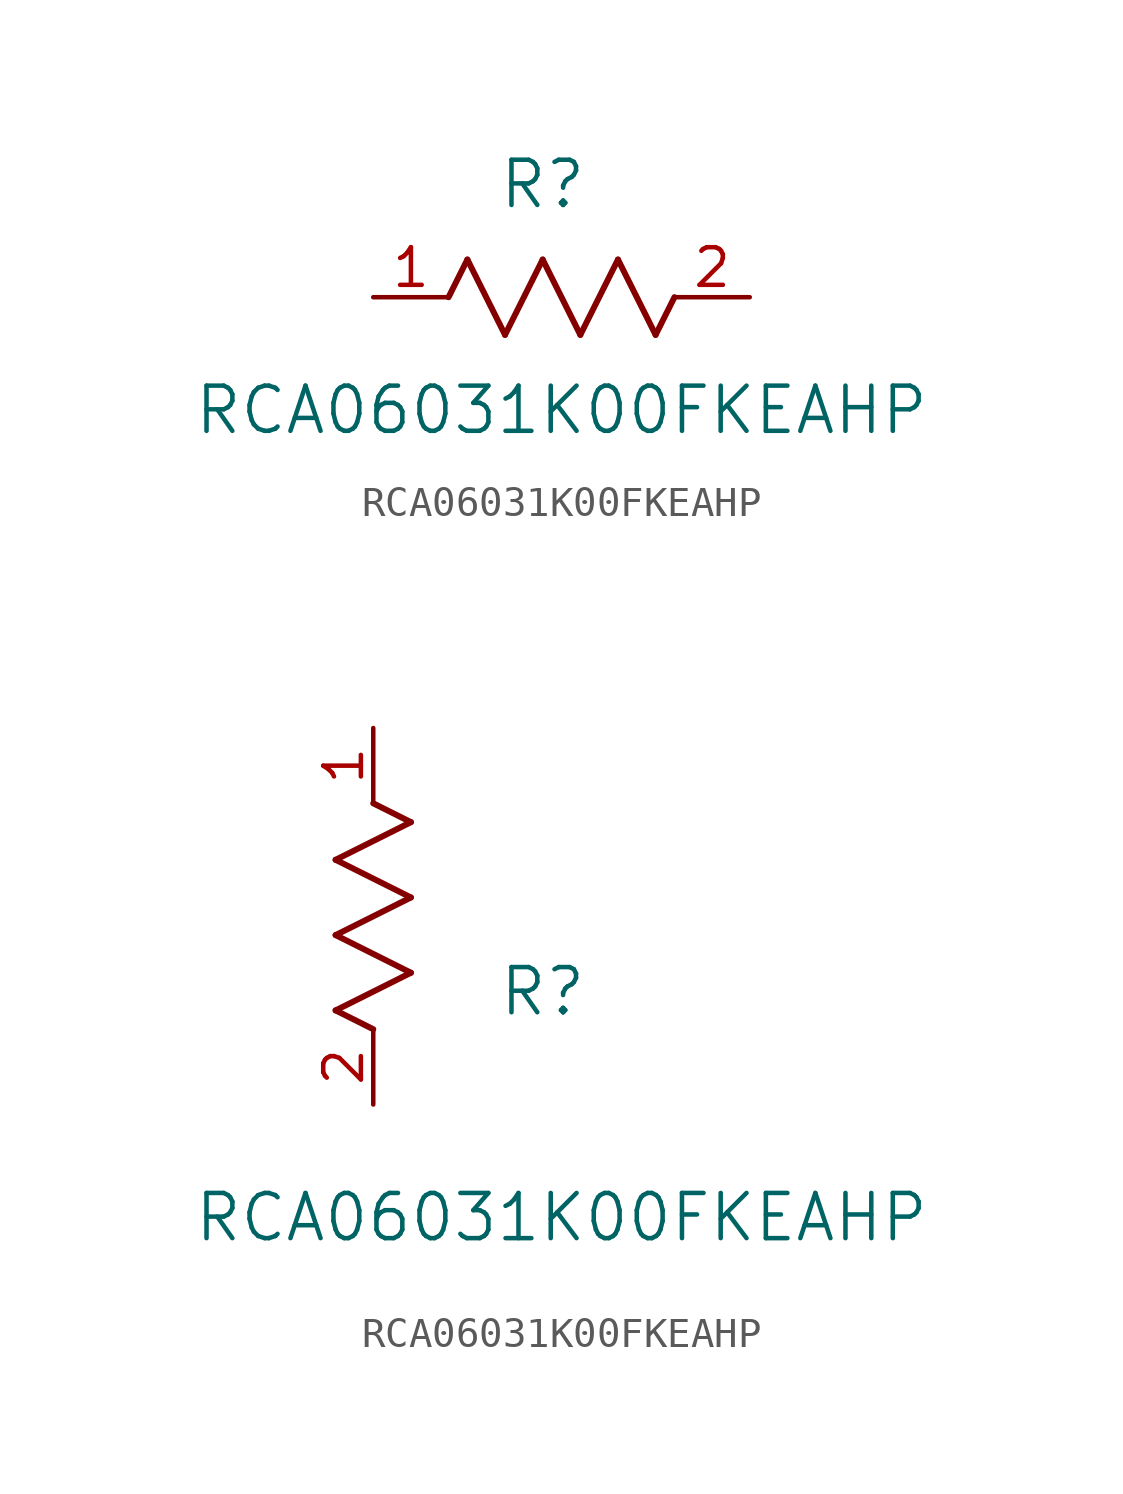
<source format=kicad_sym>
(kicad_symbol_lib
  (version 20211014)
  (generator kicad_symbol_editor)
  (symbol "RCA06031K00FKEAHP"
    (pin_names
      (offset 0.254))
    (property "Reference" "R"
      (at 5.715 3.81 0)
      (effects (font (size 1.524 1.524))))
    (property "Value" "RCA06031K00FKEAHP"
      (at 6.35 -3.81 0)
      (effects (font (size 1.524 1.524))))
    (symbol "RCA06031K00FKEAHP_1_1"
      (polyline (pts (xy 3.175 1.27) (xy 4.445 -1.27)) (stroke (width 0.203) (type default) (color 0 0 0 0)) (fill (type none)))
      (polyline (pts (xy 4.445 -1.27) (xy 5.715 1.27)) (stroke (width 0.203) (type default) (color 0 0 0 0)) (fill (type none)))
      (polyline (pts (xy 5.715 1.27) (xy 6.985 -1.27)) (stroke (width 0.203) (type default) (color 0 0 0 0)) (fill (type none)))
      (polyline (pts (xy 6.985 -1.27) (xy 8.255 1.27)) (stroke (width 0.203) (type default) (color 0 0 0 0)) (fill (type none)))
      (polyline (pts (xy 8.255 1.27) (xy 9.525 -1.27)) (stroke (width 0.203) (type default) (color 0 0 0 0)) (fill (type none)))
      (polyline (pts (xy 2.54 0) (xy 3.175 1.27)) (stroke (width 0.203) (type default) (color 0 0 0 0)) (fill (type none)))
      (polyline (pts (xy 9.525 -1.27) (xy 10.16 0)) (stroke (width 0.203) (type default) (color 0 0 0 0)) (fill (type none)))
      (pin unspecified line (at 0 0 0) (length 2.54) (name "" (effects (font (size 1.27 1.27)))) (number "1" (effects (font (size 1.27 1.27)))))
      (pin unspecified line (at 12.7 0 180) (length 2.54) (name "" (effects (font (size 1.27 1.27)))) (number "2" (effects (font (size 1.27 1.27))))))
    (symbol "RCA06031K00FKEAHP_1_2"
      (polyline (pts (xy 0 2.54) (xy -1.27 3.175)) (stroke (width 0.203) (type default) (color 0 0 0 0)) (fill (type none)))
      (polyline (pts (xy -1.27 3.175) (xy 1.27 4.445)) (stroke (width 0.203) (type default) (color 0 0 0 0)) (fill (type none)))
      (polyline (pts (xy 1.27 4.445) (xy -1.27 5.715)) (stroke (width 0.203) (type default) (color 0 0 0 0)) (fill (type none)))
      (polyline (pts (xy -1.27 5.715) (xy 1.27 6.985)) (stroke (width 0.203) (type default) (color 0 0 0 0)) (fill (type none)))
      (polyline (pts (xy -1.27 8.255) (xy 1.27 9.525)) (stroke (width 0.203) (type default) (color 0 0 0 0)) (fill (type none)))
      (polyline (pts (xy 1.27 9.525) (xy 0 10.16)) (stroke (width 0.203) (type default) (color 0 0 0 0)) (fill (type none)))
      (polyline (pts (xy 1.27 6.985) (xy -1.27 8.255)) (stroke (width 0.203) (type default) (color 0 0 0 0)) (fill (type none)))
      (pin unspecified line (at 0 12.7 270) (length 2.54) (name "" (effects (font (size 1.27 1.27)))) (number "1" (effects (font (size 1.27 1.27)))))
      (pin unspecified line (at 0 0 90) (length 2.54) (name "" (effects (font (size 1.27 1.27)))) (number "2" (effects (font (size 1.27 1.27))))))))
</source>
